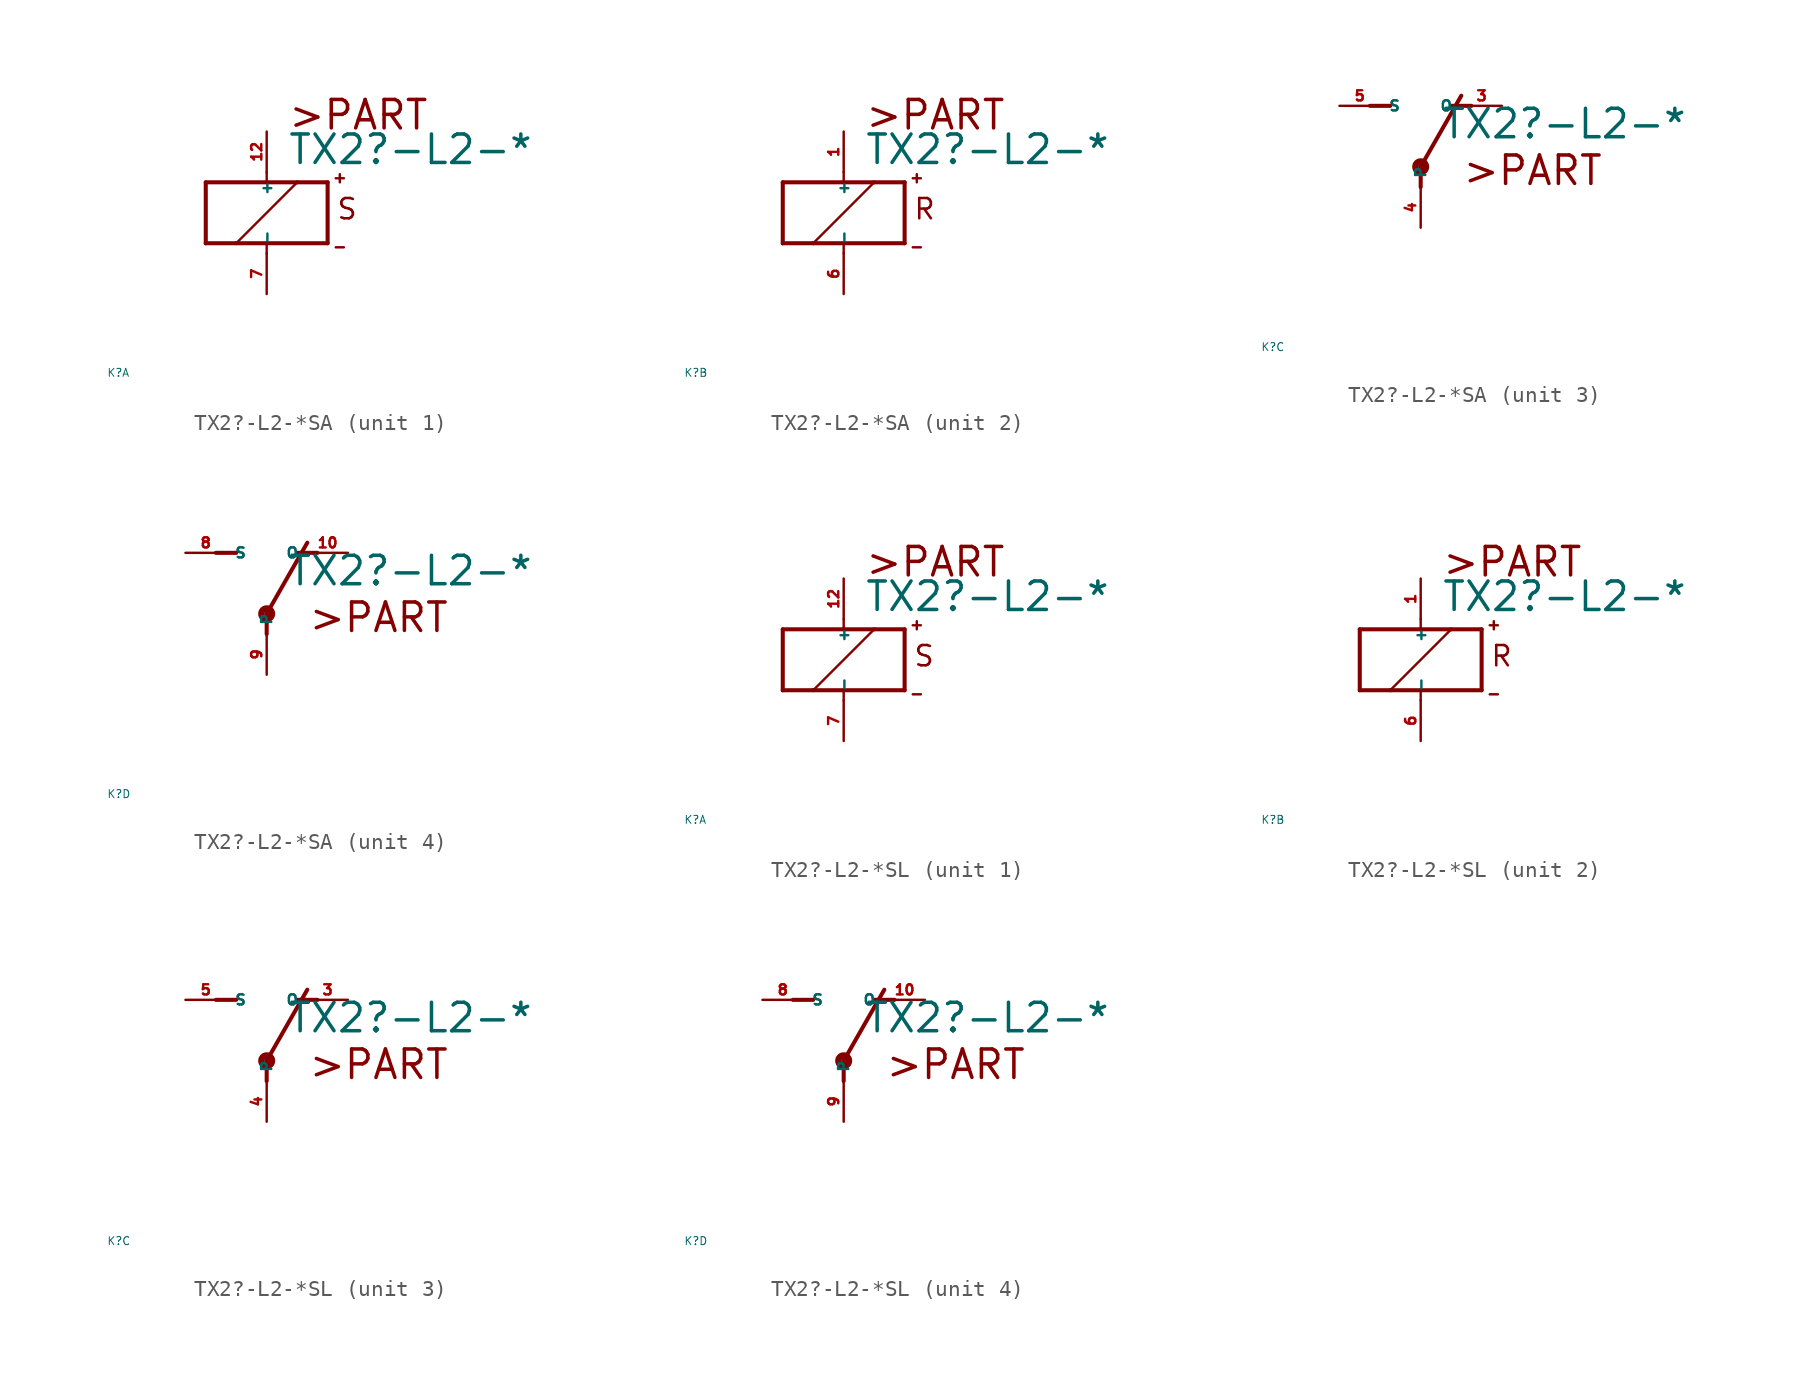
<source format=kicad_sym>
(kicad_symbol_lib
  (version 20220914)
  (generator Eagle2Kicad)
  (symbol "TX2?-L2-*SA"
    (property "Reference" "K"
      (at -10 -10 0)
      (effects (font (size 0.5 0.5) (thickness 0.06)) (justify left)))
    (property "Value" "TX2?-L2-*"
      (at 1.27 2.921 0)
      (effects (font (size 1.778 1.778) (thickness 0.22)) (justify left bottom)))
    (symbol "TX2?-L2-*SA_1_0"
      (polyline (pts (xy -3.81 -1.905) (xy -1.905 -1.905)) (stroke (width 0.254) (type default)) (fill (type none)))
      (polyline (pts (xy 3.81 -1.905) (xy 3.81 1.905)) (stroke (width 0.254) (type default)) (fill (type none)))
      (polyline (pts (xy 3.81 1.905) (xy 1.905 1.905)) (stroke (width 0.254) (type default)) (fill (type none)))
      (polyline (pts (xy -3.81 1.905) (xy -3.81 -1.905)) (stroke (width 0.254) (type default)) (fill (type none)))
      (polyline (pts (xy 0 -2.54) (xy 0 -1.905)) (stroke (width 0.152) (type default)) (fill (type none)))
      (polyline (pts (xy 0 -1.905) (xy 3.81 -1.905)) (stroke (width 0.254) (type default)) (fill (type none)))
      (polyline (pts (xy 0 2.54) (xy 0 1.905)) (stroke (width 0.152) (type default)) (fill (type none)))
      (polyline (pts (xy 0 1.905) (xy -3.81 1.905)) (stroke (width 0.254) (type default)) (fill (type none)))
      (polyline (pts (xy -1.905 -1.905) (xy 1.905 1.905)) (stroke (width 0.152) (type default)) (fill (type none)))
      (polyline (pts (xy -1.905 -1.905) (xy 0 -1.905)) (stroke (width 0.254) (type default)) (fill (type none)))
      (polyline (pts (xy 1.905 1.905) (xy 0 1.905)) (stroke (width 0.254) (type default)) (fill (type none)))
      (polyline (pts (xy 4.318 2.159) (xy 4.826 2.159)) (stroke (width 0.152) (type default)) (fill (type none)))
      (polyline (pts (xy 4.572 2.413) (xy 4.572 1.905)) (stroke (width 0.152) (type default)) (fill (type none)))
      (polyline (pts (xy 4.318 -2.159) (xy 4.826 -2.159)) (stroke (width 0.152) (type default)) (fill (type none)))
      (text ">PART" (at 1.27 5.08 0) (effects (font (size 1.778 1.778) (thickness 0.22)) (justify left bottom)))
      (text "S" (at 4.318 -0.508 0) (effects (font (size 1.27 1.27) (thickness 0.16)) (justify left bottom)))
      (pin passive line (at 0 -5.08 90) (length 2.54) (name "-" (effects (font (size 0.635 0.635) (thickness 0.08)) (justify left bottom))) (number "7" (effects (font (size 0.635 0.635) (thickness 0.08)) (justify left bottom))))
      (pin passive line (at 0 5.08 270) (length 2.54) (name "+" (effects (font (size 0.635 0.635) (thickness 0.08)) (justify left bottom))) (number "12" (effects (font (size 0.635 0.635) (thickness 0.08)) (justify left bottom)))))
    (symbol "TX2?-L2-*SA_2_0"
      (polyline (pts (xy -3.81 -1.905) (xy -1.905 -1.905)) (stroke (width 0.254) (type default)) (fill (type none)))
      (polyline (pts (xy 3.81 -1.905) (xy 3.81 1.905)) (stroke (width 0.254) (type default)) (fill (type none)))
      (polyline (pts (xy 3.81 1.905) (xy 1.905 1.905)) (stroke (width 0.254) (type default)) (fill (type none)))
      (polyline (pts (xy -3.81 1.905) (xy -3.81 -1.905)) (stroke (width 0.254) (type default)) (fill (type none)))
      (polyline (pts (xy 0 -2.54) (xy 0 -1.905)) (stroke (width 0.152) (type default)) (fill (type none)))
      (polyline (pts (xy 0 -1.905) (xy 3.81 -1.905)) (stroke (width 0.254) (type default)) (fill (type none)))
      (polyline (pts (xy 0 2.54) (xy 0 1.905)) (stroke (width 0.152) (type default)) (fill (type none)))
      (polyline (pts (xy 0 1.905) (xy -3.81 1.905)) (stroke (width 0.254) (type default)) (fill (type none)))
      (polyline (pts (xy -1.905 -1.905) (xy 1.905 1.905)) (stroke (width 0.152) (type default)) (fill (type none)))
      (polyline (pts (xy -1.905 -1.905) (xy 0 -1.905)) (stroke (width 0.254) (type default)) (fill (type none)))
      (polyline (pts (xy 1.905 1.905) (xy 0 1.905)) (stroke (width 0.254) (type default)) (fill (type none)))
      (polyline (pts (xy 4.318 2.159) (xy 4.826 2.159)) (stroke (width 0.152) (type default)) (fill (type none)))
      (polyline (pts (xy 4.572 2.413) (xy 4.572 1.905)) (stroke (width 0.152) (type default)) (fill (type none)))
      (polyline (pts (xy 4.318 -2.159) (xy 4.826 -2.159)) (stroke (width 0.152) (type default)) (fill (type none)))
      (text ">PART" (at 1.27 5.08 0) (effects (font (size 1.778 1.778) (thickness 0.22)) (justify left bottom)))
      (text "R" (at 4.318 -0.508 0) (effects (font (size 1.27 1.27) (thickness 0.16)) (justify left bottom)))
      (pin passive line (at 0 -5.08 90) (length 2.54) (name "-" (effects (font (size 0.635 0.635) (thickness 0.08)) (justify left bottom))) (number "6" (effects (font (size 0.635 0.635) (thickness 0.08)) (justify left bottom))))
      (pin passive line (at 0 5.08 270) (length 2.54) (name "+" (effects (font (size 0.635 0.635) (thickness 0.08)) (justify left bottom))) (number "1" (effects (font (size 0.635 0.635) (thickness 0.08)) (justify left bottom)))))
    (symbol "TX2?-L2-*SA_3_0"
      (polyline (pts (xy 3.175 5.08) (xy 1.905 5.08)) (stroke (width 0.254) (type default)) (fill (type none)))
      (polyline (pts (xy -3.175 5.08) (xy -1.905 5.08)) (stroke (width 0.254) (type default)) (fill (type none)))
      (polyline (pts (xy 0 1.27) (xy 2.54 5.715)) (stroke (width 0.254) (type default)) (fill (type none)))
      (polyline (pts (xy 0 1.27) (xy 0 0)) (stroke (width 0.254) (type default)) (fill (type none)))
      (text ">PART" (at 2.54 0 0) (effects (font (size 1.778 1.778) (thickness 0.22)) (justify left bottom)))
      (circle (center 0 1.27) (radius 0.127) (stroke (width 0.406) (type default)) (fill (type none)))
      (pin passive line (at 5.08 5.08 180) (length 2.54) (name "O" (effects (font (size 0.635 0.635) (thickness 0.08)) (justify left bottom))) (number "3" (effects (font (size 0.635 0.635) (thickness 0.08)) (justify left bottom))))
      (pin passive line (at -5.08 5.08 0) (length 2.54) (name "S" (effects (font (size 0.635 0.635) (thickness 0.08)) (justify left bottom))) (number "5" (effects (font (size 0.635 0.635) (thickness 0.08)) (justify left bottom))))
      (pin passive line (at 0 -2.54 90) (length 2.54) (name "P" (effects (font (size 0.635 0.635) (thickness 0.08)) (justify left bottom))) (number "4" (effects (font (size 0.635 0.635) (thickness 0.08)) (justify left bottom)))))
    (symbol "TX2?-L2-*SA_4_0"
      (polyline (pts (xy 3.175 5.08) (xy 1.905 5.08)) (stroke (width 0.254) (type default)) (fill (type none)))
      (polyline (pts (xy -3.175 5.08) (xy -1.905 5.08)) (stroke (width 0.254) (type default)) (fill (type none)))
      (polyline (pts (xy 0 1.27) (xy 2.54 5.715)) (stroke (width 0.254) (type default)) (fill (type none)))
      (polyline (pts (xy 0 1.27) (xy 0 0)) (stroke (width 0.254) (type default)) (fill (type none)))
      (text ">PART" (at 2.54 0 0) (effects (font (size 1.778 1.778) (thickness 0.22)) (justify left bottom)))
      (circle (center 0 1.27) (radius 0.127) (stroke (width 0.406) (type default)) (fill (type none)))
      (pin passive line (at 5.08 5.08 180) (length 2.54) (name "O" (effects (font (size 0.635 0.635) (thickness 0.08)) (justify left bottom))) (number "10" (effects (font (size 0.635 0.635) (thickness 0.08)) (justify left bottom))))
      (pin passive line (at -5.08 5.08 0) (length 2.54) (name "S" (effects (font (size 0.635 0.635) (thickness 0.08)) (justify left bottom))) (number "8" (effects (font (size 0.635 0.635) (thickness 0.08)) (justify left bottom))))
      (pin passive line (at 0 -2.54 90) (length 2.54) (name "P" (effects (font (size 0.635 0.635) (thickness 0.08)) (justify left bottom))) (number "9" (effects (font (size 0.635 0.635) (thickness 0.08)) (justify left bottom))))))
  (symbol "TX2?-L2-*SL"
    (property "Reference" "K"
      (at -10 -10 0)
      (effects (font (size 0.5 0.5) (thickness 0.06)) (justify left)))
    (property "Value" "TX2?-L2-*"
      (at 1.27 2.921 0)
      (effects (font (size 1.778 1.778) (thickness 0.22)) (justify left bottom)))
    (symbol "TX2?-L2-*SL_1_0"
      (polyline (pts (xy -3.81 -1.905) (xy -1.905 -1.905)) (stroke (width 0.254) (type default)) (fill (type none)))
      (polyline (pts (xy 3.81 -1.905) (xy 3.81 1.905)) (stroke (width 0.254) (type default)) (fill (type none)))
      (polyline (pts (xy 3.81 1.905) (xy 1.905 1.905)) (stroke (width 0.254) (type default)) (fill (type none)))
      (polyline (pts (xy -3.81 1.905) (xy -3.81 -1.905)) (stroke (width 0.254) (type default)) (fill (type none)))
      (polyline (pts (xy 0 -2.54) (xy 0 -1.905)) (stroke (width 0.152) (type default)) (fill (type none)))
      (polyline (pts (xy 0 -1.905) (xy 3.81 -1.905)) (stroke (width 0.254) (type default)) (fill (type none)))
      (polyline (pts (xy 0 2.54) (xy 0 1.905)) (stroke (width 0.152) (type default)) (fill (type none)))
      (polyline (pts (xy 0 1.905) (xy -3.81 1.905)) (stroke (width 0.254) (type default)) (fill (type none)))
      (polyline (pts (xy -1.905 -1.905) (xy 1.905 1.905)) (stroke (width 0.152) (type default)) (fill (type none)))
      (polyline (pts (xy -1.905 -1.905) (xy 0 -1.905)) (stroke (width 0.254) (type default)) (fill (type none)))
      (polyline (pts (xy 1.905 1.905) (xy 0 1.905)) (stroke (width 0.254) (type default)) (fill (type none)))
      (polyline (pts (xy 4.318 2.159) (xy 4.826 2.159)) (stroke (width 0.152) (type default)) (fill (type none)))
      (polyline (pts (xy 4.572 2.413) (xy 4.572 1.905)) (stroke (width 0.152) (type default)) (fill (type none)))
      (polyline (pts (xy 4.318 -2.159) (xy 4.826 -2.159)) (stroke (width 0.152) (type default)) (fill (type none)))
      (text ">PART" (at 1.27 5.08 0) (effects (font (size 1.778 1.778) (thickness 0.22)) (justify left bottom)))
      (text "S" (at 4.318 -0.508 0) (effects (font (size 1.27 1.27) (thickness 0.16)) (justify left bottom)))
      (pin passive line (at 0 -5.08 90) (length 2.54) (name "-" (effects (font (size 0.635 0.635) (thickness 0.08)) (justify left bottom))) (number "7" (effects (font (size 0.635 0.635) (thickness 0.08)) (justify left bottom))))
      (pin passive line (at 0 5.08 270) (length 2.54) (name "+" (effects (font (size 0.635 0.635) (thickness 0.08)) (justify left bottom))) (number "12" (effects (font (size 0.635 0.635) (thickness 0.08)) (justify left bottom)))))
    (symbol "TX2?-L2-*SL_2_0"
      (polyline (pts (xy -3.81 -1.905) (xy -1.905 -1.905)) (stroke (width 0.254) (type default)) (fill (type none)))
      (polyline (pts (xy 3.81 -1.905) (xy 3.81 1.905)) (stroke (width 0.254) (type default)) (fill (type none)))
      (polyline (pts (xy 3.81 1.905) (xy 1.905 1.905)) (stroke (width 0.254) (type default)) (fill (type none)))
      (polyline (pts (xy -3.81 1.905) (xy -3.81 -1.905)) (stroke (width 0.254) (type default)) (fill (type none)))
      (polyline (pts (xy 0 -2.54) (xy 0 -1.905)) (stroke (width 0.152) (type default)) (fill (type none)))
      (polyline (pts (xy 0 -1.905) (xy 3.81 -1.905)) (stroke (width 0.254) (type default)) (fill (type none)))
      (polyline (pts (xy 0 2.54) (xy 0 1.905)) (stroke (width 0.152) (type default)) (fill (type none)))
      (polyline (pts (xy 0 1.905) (xy -3.81 1.905)) (stroke (width 0.254) (type default)) (fill (type none)))
      (polyline (pts (xy -1.905 -1.905) (xy 1.905 1.905)) (stroke (width 0.152) (type default)) (fill (type none)))
      (polyline (pts (xy -1.905 -1.905) (xy 0 -1.905)) (stroke (width 0.254) (type default)) (fill (type none)))
      (polyline (pts (xy 1.905 1.905) (xy 0 1.905)) (stroke (width 0.254) (type default)) (fill (type none)))
      (polyline (pts (xy 4.318 2.159) (xy 4.826 2.159)) (stroke (width 0.152) (type default)) (fill (type none)))
      (polyline (pts (xy 4.572 2.413) (xy 4.572 1.905)) (stroke (width 0.152) (type default)) (fill (type none)))
      (polyline (pts (xy 4.318 -2.159) (xy 4.826 -2.159)) (stroke (width 0.152) (type default)) (fill (type none)))
      (text ">PART" (at 1.27 5.08 0) (effects (font (size 1.778 1.778) (thickness 0.22)) (justify left bottom)))
      (text "R" (at 4.318 -0.508 0) (effects (font (size 1.27 1.27) (thickness 0.16)) (justify left bottom)))
      (pin passive line (at 0 -5.08 90) (length 2.54) (name "-" (effects (font (size 0.635 0.635) (thickness 0.08)) (justify left bottom))) (number "6" (effects (font (size 0.635 0.635) (thickness 0.08)) (justify left bottom))))
      (pin passive line (at 0 5.08 270) (length 2.54) (name "+" (effects (font (size 0.635 0.635) (thickness 0.08)) (justify left bottom))) (number "1" (effects (font (size 0.635 0.635) (thickness 0.08)) (justify left bottom)))))
    (symbol "TX2?-L2-*SL_3_0"
      (polyline (pts (xy 3.175 5.08) (xy 1.905 5.08)) (stroke (width 0.254) (type default)) (fill (type none)))
      (polyline (pts (xy -3.175 5.08) (xy -1.905 5.08)) (stroke (width 0.254) (type default)) (fill (type none)))
      (polyline (pts (xy 0 1.27) (xy 2.54 5.715)) (stroke (width 0.254) (type default)) (fill (type none)))
      (polyline (pts (xy 0 1.27) (xy 0 0)) (stroke (width 0.254) (type default)) (fill (type none)))
      (text ">PART" (at 2.54 0 0) (effects (font (size 1.778 1.778) (thickness 0.22)) (justify left bottom)))
      (circle (center 0 1.27) (radius 0.127) (stroke (width 0.406) (type default)) (fill (type none)))
      (pin passive line (at 5.08 5.08 180) (length 2.54) (name "O" (effects (font (size 0.635 0.635) (thickness 0.08)) (justify left bottom))) (number "3" (effects (font (size 0.635 0.635) (thickness 0.08)) (justify left bottom))))
      (pin passive line (at -5.08 5.08 0) (length 2.54) (name "S" (effects (font (size 0.635 0.635) (thickness 0.08)) (justify left bottom))) (number "5" (effects (font (size 0.635 0.635) (thickness 0.08)) (justify left bottom))))
      (pin passive line (at 0 -2.54 90) (length 2.54) (name "P" (effects (font (size 0.635 0.635) (thickness 0.08)) (justify left bottom))) (number "4" (effects (font (size 0.635 0.635) (thickness 0.08)) (justify left bottom)))))
    (symbol "TX2?-L2-*SL_4_0"
      (polyline (pts (xy 3.175 5.08) (xy 1.905 5.08)) (stroke (width 0.254) (type default)) (fill (type none)))
      (polyline (pts (xy -3.175 5.08) (xy -1.905 5.08)) (stroke (width 0.254) (type default)) (fill (type none)))
      (polyline (pts (xy 0 1.27) (xy 2.54 5.715)) (stroke (width 0.254) (type default)) (fill (type none)))
      (polyline (pts (xy 0 1.27) (xy 0 0)) (stroke (width 0.254) (type default)) (fill (type none)))
      (text ">PART" (at 2.54 0 0) (effects (font (size 1.778 1.778) (thickness 0.22)) (justify left bottom)))
      (circle (center 0 1.27) (radius 0.127) (stroke (width 0.406) (type default)) (fill (type none)))
      (pin passive line (at 5.08 5.08 180) (length 2.54) (name "O" (effects (font (size 0.635 0.635) (thickness 0.08)) (justify left bottom))) (number "10" (effects (font (size 0.635 0.635) (thickness 0.08)) (justify left bottom))))
      (pin passive line (at -5.08 5.08 0) (length 2.54) (name "S" (effects (font (size 0.635 0.635) (thickness 0.08)) (justify left bottom))) (number "8" (effects (font (size 0.635 0.635) (thickness 0.08)) (justify left bottom))))
      (pin passive line (at 0 -2.54 90) (length 2.54) (name "P" (effects (font (size 0.635 0.635) (thickness 0.08)) (justify left bottom))) (number "9" (effects (font (size 0.635 0.635) (thickness 0.08)) (justify left bottom)))))))
</source>
